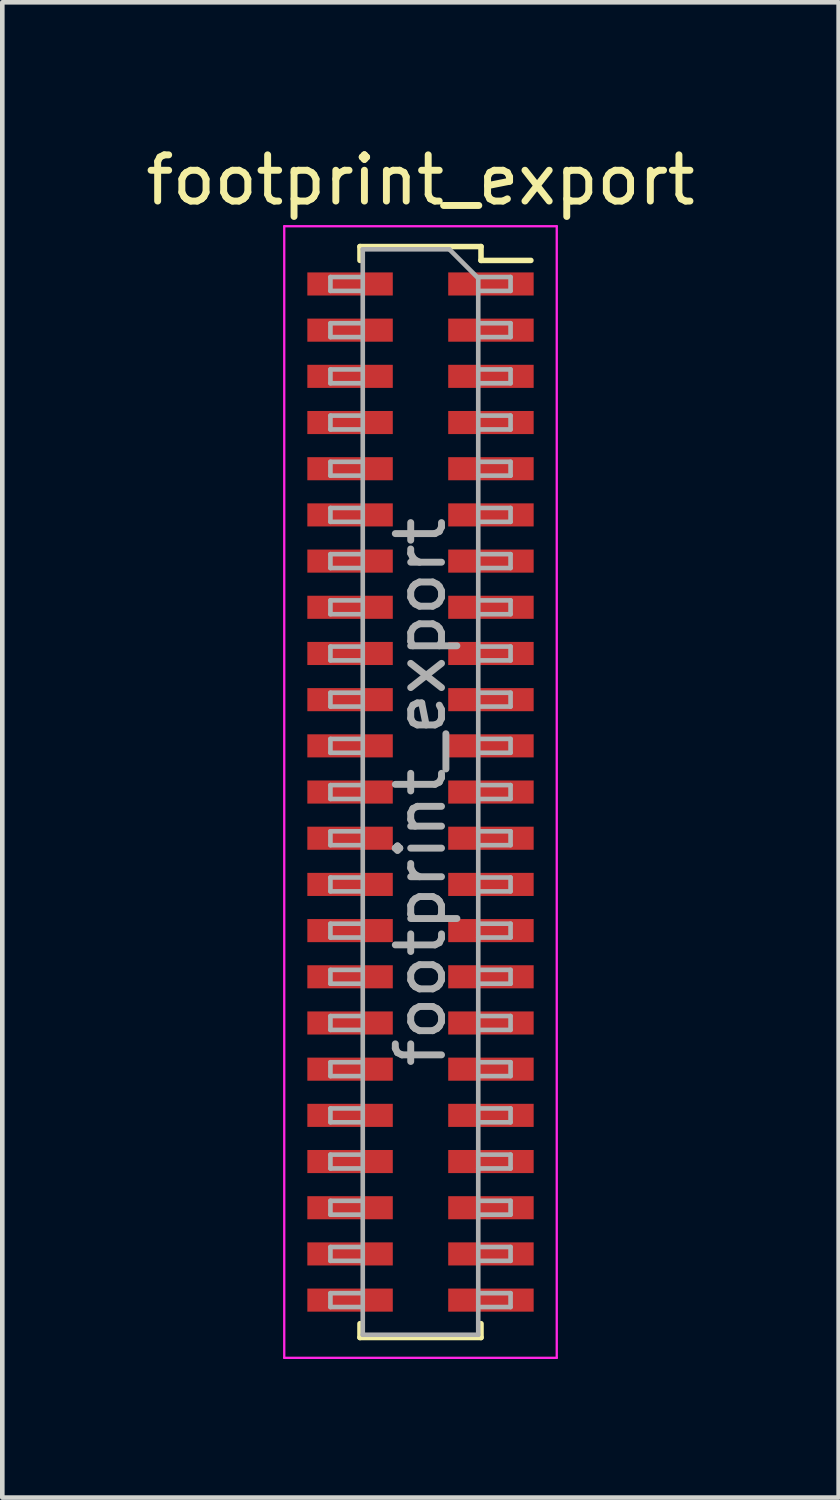
<source format=kicad_pcb>
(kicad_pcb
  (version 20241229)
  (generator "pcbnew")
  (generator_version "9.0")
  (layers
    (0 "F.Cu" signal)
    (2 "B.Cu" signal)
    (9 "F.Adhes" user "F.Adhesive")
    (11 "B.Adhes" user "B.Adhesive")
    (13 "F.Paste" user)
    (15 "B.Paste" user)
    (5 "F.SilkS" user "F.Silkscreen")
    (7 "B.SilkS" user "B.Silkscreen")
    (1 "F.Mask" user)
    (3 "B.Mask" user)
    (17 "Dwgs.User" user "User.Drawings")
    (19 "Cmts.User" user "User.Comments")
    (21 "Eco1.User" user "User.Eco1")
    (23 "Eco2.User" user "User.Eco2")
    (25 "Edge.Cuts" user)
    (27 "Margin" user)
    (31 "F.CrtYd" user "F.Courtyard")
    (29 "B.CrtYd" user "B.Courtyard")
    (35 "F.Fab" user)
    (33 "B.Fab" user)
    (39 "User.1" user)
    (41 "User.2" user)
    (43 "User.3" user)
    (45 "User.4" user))
  (footprint "footprint_export"
    (layer "F.Cu")
    (at 6.054 14.098)
    (property "Reference" "footprint_export" (at 0 -13.25 0) (layer "F.SilkS") (effects (font (size 1 1) (thickness 0.15))))
    (attr smd)
    (fp_line (start -1.31 -11.81) (end -1.31 -11.51) (stroke (width 0.12) (type solid)) (layer "F.SilkS"))
    (fp_line (start -1.31 -11.81) (end 1.31 -11.81) (stroke (width 0.12) (type solid)) (layer "F.SilkS"))
    (fp_line (start -1.31 11.51) (end -1.31 11.81) (stroke (width 0.12) (type solid)) (layer "F.SilkS"))
    (fp_line (start -1.31 11.81) (end 1.31 11.81) (stroke (width 0.12) (type solid)) (layer "F.SilkS"))
    (fp_line (start 1.31 -11.81) (end 1.31 -11.51) (stroke (width 0.12) (type solid)) (layer "F.SilkS"))
    (fp_line (start 1.31 -11.51) (end 2.39 -11.51) (stroke (width 0.12) (type solid)) (layer "F.SilkS"))
    (fp_line (start 1.31 11.51) (end 1.31 11.81) (stroke (width 0.12) (type solid)) (layer "F.SilkS"))
    (fp_line (start -2.95 -12.25) (end 2.95 -12.25) (stroke (width 0.05) (type solid)) (layer "F.CrtYd"))
    (fp_line (start -2.95 12.25) (end -2.95 -12.25) (stroke (width 0.05) (type solid)) (layer "F.CrtYd"))
    (fp_line (start 2.95 -12.25) (end 2.95 12.25) (stroke (width 0.05) (type solid)) (layer "F.CrtYd"))
    (fp_line (start 2.95 12.25) (end -2.95 12.25) (stroke (width 0.05) (type solid)) (layer "F.CrtYd"))
    (fp_line (start -1.95 -11.15) (end -1.25 -11.15) (stroke (width 0.1) (type solid)) (layer "F.Fab"))
    (fp_line (start -1.95 -10.85) (end -1.95 -11.15) (stroke (width 0.1) (type solid)) (layer "F.Fab"))
    (fp_line (start -1.95 -10.15) (end -1.25 -10.15) (stroke (width 0.1) (type solid)) (layer "F.Fab"))
    (fp_line (start -1.95 -9.85) (end -1.95 -10.15) (stroke (width 0.1) (type solid)) (layer "F.Fab"))
    (fp_line (start -1.95 -9.15) (end -1.25 -9.15) (stroke (width 0.1) (type solid)) (layer "F.Fab"))
    (fp_line (start -1.95 -8.85) (end -1.95 -9.15) (stroke (width 0.1) (type solid)) (layer "F.Fab"))
    (fp_line (start -1.95 -8.15) (end -1.25 -8.15) (stroke (width 0.1) (type solid)) (layer "F.Fab"))
    (fp_line (start -1.95 -7.85) (end -1.95 -8.15) (stroke (width 0.1) (type solid)) (layer "F.Fab"))
    (fp_line (start -1.95 -7.15) (end -1.25 -7.15) (stroke (width 0.1) (type solid)) (layer "F.Fab"))
    (fp_line (start -1.95 -6.85) (end -1.95 -7.15) (stroke (width 0.1) (type solid)) (layer "F.Fab"))
    (fp_line (start -1.95 -6.15) (end -1.25 -6.15) (stroke (width 0.1) (type solid)) (layer "F.Fab"))
    (fp_line (start -1.95 -5.85) (end -1.95 -6.15) (stroke (width 0.1) (type solid)) (layer "F.Fab"))
    (fp_line (start -1.95 -5.15) (end -1.25 -5.15) (stroke (width 0.1) (type solid)) (layer "F.Fab"))
    (fp_line (start -1.95 -4.85) (end -1.95 -5.15) (stroke (width 0.1) (type solid)) (layer "F.Fab"))
    (fp_line (start -1.95 -4.15) (end -1.25 -4.15) (stroke (width 0.1) (type solid)) (layer "F.Fab"))
    (fp_line (start -1.95 -3.85) (end -1.95 -4.15) (stroke (width 0.1) (type solid)) (layer "F.Fab"))
    (fp_line (start -1.95 -3.15) (end -1.25 -3.15) (stroke (width 0.1) (type solid)) (layer "F.Fab"))
    (fp_line (start -1.95 -2.85) (end -1.95 -3.15) (stroke (width 0.1) (type solid)) (layer "F.Fab"))
    (fp_line (start -1.95 -2.15) (end -1.25 -2.15) (stroke (width 0.1) (type solid)) (layer "F.Fab"))
    (fp_line (start -1.95 -1.85) (end -1.95 -2.15) (stroke (width 0.1) (type solid)) (layer "F.Fab"))
    (fp_line (start -1.95 -1.15) (end -1.25 -1.15) (stroke (width 0.1) (type solid)) (layer "F.Fab"))
    (fp_line (start -1.95 -0.85) (end -1.95 -1.15) (stroke (width 0.1) (type solid)) (layer "F.Fab"))
    (fp_line (start -1.95 -0.15) (end -1.25 -0.15) (stroke (width 0.1) (type solid)) (layer "F.Fab"))
    (fp_line (start -1.95 0.15) (end -1.95 -0.15) (stroke (width 0.1) (type solid)) (layer "F.Fab"))
    (fp_line (start -1.95 0.85) (end -1.25 0.85) (stroke (width 0.1) (type solid)) (layer "F.Fab"))
    (fp_line (start -1.95 1.15) (end -1.95 0.85) (stroke (width 0.1) (type solid)) (layer "F.Fab"))
    (fp_line (start -1.95 1.85) (end -1.25 1.85) (stroke (width 0.1) (type solid)) (layer "F.Fab"))
    (fp_line (start -1.95 2.15) (end -1.95 1.85) (stroke (width 0.1) (type solid)) (layer "F.Fab"))
    (fp_line (start -1.95 2.85) (end -1.25 2.85) (stroke (width 0.1) (type solid)) (layer "F.Fab"))
    (fp_line (start -1.95 3.15) (end -1.95 2.85) (stroke (width 0.1) (type solid)) (layer "F.Fab"))
    (fp_line (start -1.95 3.85) (end -1.25 3.85) (stroke (width 0.1) (type solid)) (layer "F.Fab"))
    (fp_line (start -1.95 4.15) (end -1.95 3.85) (stroke (width 0.1) (type solid)) (layer "F.Fab"))
    (fp_line (start -1.95 4.85) (end -1.25 4.85) (stroke (width 0.1) (type solid)) (layer "F.Fab"))
    (fp_line (start -1.95 5.15) (end -1.95 4.85) (stroke (width 0.1) (type solid)) (layer "F.Fab"))
    (fp_line (start -1.95 5.85) (end -1.25 5.85) (stroke (width 0.1) (type solid)) (layer "F.Fab"))
    (fp_line (start -1.95 6.15) (end -1.95 5.85) (stroke (width 0.1) (type solid)) (layer "F.Fab"))
    (fp_line (start -1.95 6.85) (end -1.25 6.85) (stroke (width 0.1) (type solid)) (layer "F.Fab"))
    (fp_line (start -1.95 7.15) (end -1.95 6.85) (stroke (width 0.1) (type solid)) (layer "F.Fab"))
    (fp_line (start -1.95 7.85) (end -1.25 7.85) (stroke (width 0.1) (type solid)) (layer "F.Fab"))
    (fp_line (start -1.95 8.15) (end -1.95 7.85) (stroke (width 0.1) (type solid)) (layer "F.Fab"))
    (fp_line (start -1.95 8.85) (end -1.25 8.85) (stroke (width 0.1) (type solid)) (layer "F.Fab"))
    (fp_line (start -1.95 9.15) (end -1.95 8.85) (stroke (width 0.1) (type solid)) (layer "F.Fab"))
    (fp_line (start -1.95 9.85) (end -1.25 9.85) (stroke (width 0.1) (type solid)) (layer "F.Fab"))
    (fp_line (start -1.95 10.15) (end -1.95 9.85) (stroke (width 0.1) (type solid)) (layer "F.Fab"))
    (fp_line (start -1.95 10.85) (end -1.25 10.85) (stroke (width 0.1) (type solid)) (layer "F.Fab"))
    (fp_line (start -1.95 11.15) (end -1.95 10.85) (stroke (width 0.1) (type solid)) (layer "F.Fab"))
    (fp_line (start -1.25 -11.75) (end 0.625 -11.75) (stroke (width 0.1) (type solid)) (layer "F.Fab"))
    (fp_line (start -1.25 -10.85) (end -1.95 -10.85) (stroke (width 0.1) (type solid)) (layer "F.Fab"))
    (fp_line (start -1.25 -9.85) (end -1.95 -9.85) (stroke (width 0.1) (type solid)) (layer "F.Fab"))
    (fp_line (start -1.25 -8.85) (end -1.95 -8.85) (stroke (width 0.1) (type solid)) (layer "F.Fab"))
    (fp_line (start -1.25 -7.85) (end -1.95 -7.85) (stroke (width 0.1) (type solid)) (layer "F.Fab"))
    (fp_line (start -1.25 -6.85) (end -1.95 -6.85) (stroke (width 0.1) (type solid)) (layer "F.Fab"))
    (fp_line (start -1.25 -5.85) (end -1.95 -5.85) (stroke (width 0.1) (type solid)) (layer "F.Fab"))
    (fp_line (start -1.25 -4.85) (end -1.95 -4.85) (stroke (width 0.1) (type solid)) (layer "F.Fab"))
    (fp_line (start -1.25 -3.85) (end -1.95 -3.85) (stroke (width 0.1) (type solid)) (layer "F.Fab"))
    (fp_line (start -1.25 -2.85) (end -1.95 -2.85) (stroke (width 0.1) (type solid)) (layer "F.Fab"))
    (fp_line (start -1.25 -1.85) (end -1.95 -1.85) (stroke (width 0.1) (type solid)) (layer "F.Fab"))
    (fp_line (start -1.25 -0.85) (end -1.95 -0.85) (stroke (width 0.1) (type solid)) (layer "F.Fab"))
    (fp_line (start -1.25 0.15) (end -1.95 0.15) (stroke (width 0.1) (type solid)) (layer "F.Fab"))
    (fp_line (start -1.25 1.15) (end -1.95 1.15) (stroke (width 0.1) (type solid)) (layer "F.Fab"))
    (fp_line (start -1.25 2.15) (end -1.95 2.15) (stroke (width 0.1) (type solid)) (layer "F.Fab"))
    (fp_line (start -1.25 3.15) (end -1.95 3.15) (stroke (width 0.1) (type solid)) (layer "F.Fab"))
    (fp_line (start -1.25 4.15) (end -1.95 4.15) (stroke (width 0.1) (type solid)) (layer "F.Fab"))
    (fp_line (start -1.25 5.15) (end -1.95 5.15) (stroke (width 0.1) (type solid)) (layer "F.Fab"))
    (fp_line (start -1.25 6.15) (end -1.95 6.15) (stroke (width 0.1) (type solid)) (layer "F.Fab"))
    (fp_line (start -1.25 7.15) (end -1.95 7.15) (stroke (width 0.1) (type solid)) (layer "F.Fab"))
    (fp_line (start -1.25 8.15) (end -1.95 8.15) (stroke (width 0.1) (type solid)) (layer "F.Fab"))
    (fp_line (start -1.25 9.15) (end -1.95 9.15) (stroke (width 0.1) (type solid)) (layer "F.Fab"))
    (fp_line (start -1.25 10.15) (end -1.95 10.15) (stroke (width 0.1) (type solid)) (layer "F.Fab"))
    (fp_line (start -1.25 11.15) (end -1.95 11.15) (stroke (width 0.1) (type solid)) (layer "F.Fab"))
    (fp_line (start -1.25 11.75) (end -1.25 -11.75) (stroke (width 0.1) (type solid)) (layer "F.Fab"))
    (fp_line (start 0.625 -11.75) (end 1.25 -11.125) (stroke (width 0.1) (type solid)) (layer "F.Fab"))
    (fp_line (start 1.25 -11.15) (end 1.95 -11.15) (stroke (width 0.1) (type solid)) (layer "F.Fab"))
    (fp_line (start 1.25 -11.125) (end 1.25 11.75) (stroke (width 0.1) (type solid)) (layer "F.Fab"))
    (fp_line (start 1.25 -10.15) (end 1.95 -10.15) (stroke (width 0.1) (type solid)) (layer "F.Fab"))
    (fp_line (start 1.25 -9.15) (end 1.95 -9.15) (stroke (width 0.1) (type solid)) (layer "F.Fab"))
    (fp_line (start 1.25 -8.15) (end 1.95 -8.15) (stroke (width 0.1) (type solid)) (layer "F.Fab"))
    (fp_line (start 1.25 -7.15) (end 1.95 -7.15) (stroke (width 0.1) (type solid)) (layer "F.Fab"))
    (fp_line (start 1.25 -6.15) (end 1.95 -6.15) (stroke (width 0.1) (type solid)) (layer "F.Fab"))
    (fp_line (start 1.25 -5.15) (end 1.95 -5.15) (stroke (width 0.1) (type solid)) (layer "F.Fab"))
    (fp_line (start 1.25 -4.15) (end 1.95 -4.15) (stroke (width 0.1) (type solid)) (layer "F.Fab"))
    (fp_line (start 1.25 -3.15) (end 1.95 -3.15) (stroke (width 0.1) (type solid)) (layer "F.Fab"))
    (fp_line (start 1.25 -2.15) (end 1.95 -2.15) (stroke (width 0.1) (type solid)) (layer "F.Fab"))
    (fp_line (start 1.25 -1.15) (end 1.95 -1.15) (stroke (width 0.1) (type solid)) (layer "F.Fab"))
    (fp_line (start 1.25 -0.15) (end 1.95 -0.15) (stroke (width 0.1) (type solid)) (layer "F.Fab"))
    (fp_line (start 1.25 0.85) (end 1.95 0.85) (stroke (width 0.1) (type solid)) (layer "F.Fab"))
    (fp_line (start 1.25 1.85) (end 1.95 1.85) (stroke (width 0.1) (type solid)) (layer "F.Fab"))
    (fp_line (start 1.25 2.85) (end 1.95 2.85) (stroke (width 0.1) (type solid)) (layer "F.Fab"))
    (fp_line (start 1.25 3.85) (end 1.95 3.85) (stroke (width 0.1) (type solid)) (layer "F.Fab"))
    (fp_line (start 1.25 4.85) (end 1.95 4.85) (stroke (width 0.1) (type solid)) (layer "F.Fab"))
    (fp_line (start 1.25 5.85) (end 1.95 5.85) (stroke (width 0.1) (type solid)) (layer "F.Fab"))
    (fp_line (start 1.25 6.85) (end 1.95 6.85) (stroke (width 0.1) (type solid)) (layer "F.Fab"))
    (fp_line (start 1.25 7.85) (end 1.95 7.85) (stroke (width 0.1) (type solid)) (layer "F.Fab"))
    (fp_line (start 1.25 8.85) (end 1.95 8.85) (stroke (width 0.1) (type solid)) (layer "F.Fab"))
    (fp_line (start 1.25 9.85) (end 1.95 9.85) (stroke (width 0.1) (type solid)) (layer "F.Fab"))
    (fp_line (start 1.25 10.85) (end 1.95 10.85) (stroke (width 0.1) (type solid)) (layer "F.Fab"))
    (fp_line (start 1.25 11.75) (end -1.25 11.75) (stroke (width 0.1) (type solid)) (layer "F.Fab"))
    (fp_line (start 1.95 -11.15) (end 1.95 -10.85) (stroke (width 0.1) (type solid)) (layer "F.Fab"))
    (fp_line (start 1.95 -10.85) (end 1.25 -10.85) (stroke (width 0.1) (type solid)) (layer "F.Fab"))
    (fp_line (start 1.95 -10.15) (end 1.95 -9.85) (stroke (width 0.1) (type solid)) (layer "F.Fab"))
    (fp_line (start 1.95 -9.85) (end 1.25 -9.85) (stroke (width 0.1) (type solid)) (layer "F.Fab"))
    (fp_line (start 1.95 -9.15) (end 1.95 -8.85) (stroke (width 0.1) (type solid)) (layer "F.Fab"))
    (fp_line (start 1.95 -8.85) (end 1.25 -8.85) (stroke (width 0.1) (type solid)) (layer "F.Fab"))
    (fp_line (start 1.95 -8.15) (end 1.95 -7.85) (stroke (width 0.1) (type solid)) (layer "F.Fab"))
    (fp_line (start 1.95 -7.85) (end 1.25 -7.85) (stroke (width 0.1) (type solid)) (layer "F.Fab"))
    (fp_line (start 1.95 -7.15) (end 1.95 -6.85) (stroke (width 0.1) (type solid)) (layer "F.Fab"))
    (fp_line (start 1.95 -6.85) (end 1.25 -6.85) (stroke (width 0.1) (type solid)) (layer "F.Fab"))
    (fp_line (start 1.95 -6.15) (end 1.95 -5.85) (stroke (width 0.1) (type solid)) (layer "F.Fab"))
    (fp_line (start 1.95 -5.85) (end 1.25 -5.85) (stroke (width 0.1) (type solid)) (layer "F.Fab"))
    (fp_line (start 1.95 -5.15) (end 1.95 -4.85) (stroke (width 0.1) (type solid)) (layer "F.Fab"))
    (fp_line (start 1.95 -4.85) (end 1.25 -4.85) (stroke (width 0.1) (type solid)) (layer "F.Fab"))
    (fp_line (start 1.95 -4.15) (end 1.95 -3.85) (stroke (width 0.1) (type solid)) (layer "F.Fab"))
    (fp_line (start 1.95 -3.85) (end 1.25 -3.85) (stroke (width 0.1) (type solid)) (layer "F.Fab"))
    (fp_line (start 1.95 -3.15) (end 1.95 -2.85) (stroke (width 0.1) (type solid)) (layer "F.Fab"))
    (fp_line (start 1.95 -2.85) (end 1.25 -2.85) (stroke (width 0.1) (type solid)) (layer "F.Fab"))
    (fp_line (start 1.95 -2.15) (end 1.95 -1.85) (stroke (width 0.1) (type solid)) (layer "F.Fab"))
    (fp_line (start 1.95 -1.85) (end 1.25 -1.85) (stroke (width 0.1) (type solid)) (layer "F.Fab"))
    (fp_line (start 1.95 -1.15) (end 1.95 -0.85) (stroke (width 0.1) (type solid)) (layer "F.Fab"))
    (fp_line (start 1.95 -0.85) (end 1.25 -0.85) (stroke (width 0.1) (type solid)) (layer "F.Fab"))
    (fp_line (start 1.95 -0.15) (end 1.95 0.15) (stroke (width 0.1) (type solid)) (layer "F.Fab"))
    (fp_line (start 1.95 0.15) (end 1.25 0.15) (stroke (width 0.1) (type solid)) (layer "F.Fab"))
    (fp_line (start 1.95 0.85) (end 1.95 1.15) (stroke (width 0.1) (type solid)) (layer "F.Fab"))
    (fp_line (start 1.95 1.15) (end 1.25 1.15) (stroke (width 0.1) (type solid)) (layer "F.Fab"))
    (fp_line (start 1.95 1.85) (end 1.95 2.15) (stroke (width 0.1) (type solid)) (layer "F.Fab"))
    (fp_line (start 1.95 2.15) (end 1.25 2.15) (stroke (width 0.1) (type solid)) (layer "F.Fab"))
    (fp_line (start 1.95 2.85) (end 1.95 3.15) (stroke (width 0.1) (type solid)) (layer "F.Fab"))
    (fp_line (start 1.95 3.15) (end 1.25 3.15) (stroke (width 0.1) (type solid)) (layer "F.Fab"))
    (fp_line (start 1.95 3.85) (end 1.95 4.15) (stroke (width 0.1) (type solid)) (layer "F.Fab"))
    (fp_line (start 1.95 4.15) (end 1.25 4.15) (stroke (width 0.1) (type solid)) (layer "F.Fab"))
    (fp_line (start 1.95 4.85) (end 1.95 5.15) (stroke (width 0.1) (type solid)) (layer "F.Fab"))
    (fp_line (start 1.95 5.15) (end 1.25 5.15) (stroke (width 0.1) (type solid)) (layer "F.Fab"))
    (fp_line (start 1.95 5.85) (end 1.95 6.15) (stroke (width 0.1) (type solid)) (layer "F.Fab"))
    (fp_line (start 1.95 6.15) (end 1.25 6.15) (stroke (width 0.1) (type solid)) (layer "F.Fab"))
    (fp_line (start 1.95 6.85) (end 1.95 7.15) (stroke (width 0.1) (type solid)) (layer "F.Fab"))
    (fp_line (start 1.95 7.15) (end 1.25 7.15) (stroke (width 0.1) (type solid)) (layer "F.Fab"))
    (fp_line (start 1.95 7.85) (end 1.95 8.15) (stroke (width 0.1) (type solid)) (layer "F.Fab"))
    (fp_line (start 1.95 8.15) (end 1.25 8.15) (stroke (width 0.1) (type solid)) (layer "F.Fab"))
    (fp_line (start 1.95 8.85) (end 1.95 9.15) (stroke (width 0.1) (type solid)) (layer "F.Fab"))
    (fp_line (start 1.95 9.15) (end 1.25 9.15) (stroke (width 0.1) (type solid)) (layer "F.Fab"))
    (fp_line (start 1.95 9.85) (end 1.95 10.15) (stroke (width 0.1) (type solid)) (layer "F.Fab"))
    (fp_line (start 1.95 10.15) (end 1.25 10.15) (stroke (width 0.1) (type solid)) (layer "F.Fab"))
    (fp_line (start 1.95 10.85) (end 1.95 11.15) (stroke (width 0.1) (type solid)) (layer "F.Fab"))
    (fp_line (start 1.95 11.15) (end 1.25 11.15) (stroke (width 0.1) (type solid)) (layer "F.Fab"))
    (fp_text user "${REFERENCE}" (at 0 0 90) (layer "F.Fab") (effects (font (size 1 1) (thickness 0.15))))
    (pad "1" smd rect (at 1.525 -11) (size 1.85 0.5) (layers "F.Cu" "F.Mask" "F.Paste"))
    (pad "2" smd rect (at -1.525 -11) (size 1.85 0.5) (layers "F.Cu" "F.Mask" "F.Paste"))
    (pad "3" smd rect (at 1.525 -10) (size 1.85 0.5) (layers "F.Cu" "F.Mask" "F.Paste"))
    (pad "4" smd rect (at -1.525 -10) (size 1.85 0.5) (layers "F.Cu" "F.Mask" "F.Paste"))
    (pad "5" smd rect (at 1.525 -9) (size 1.85 0.5) (layers "F.Cu" "F.Mask" "F.Paste"))
    (pad "6" smd rect (at -1.525 -9) (size 1.85 0.5) (layers "F.Cu" "F.Mask" "F.Paste"))
    (pad "7" smd rect (at 1.525 -8) (size 1.85 0.5) (layers "F.Cu" "F.Mask" "F.Paste"))
    (pad "8" smd rect (at -1.525 -8) (size 1.85 0.5) (layers "F.Cu" "F.Mask" "F.Paste"))
    (pad "9" smd rect (at 1.525 -7) (size 1.85 0.5) (layers "F.Cu" "F.Mask" "F.Paste"))
    (pad "10" smd rect (at -1.525 -7) (size 1.85 0.5) (layers "F.Cu" "F.Mask" "F.Paste"))
    (pad "11" smd rect (at 1.525 -6) (size 1.85 0.5) (layers "F.Cu" "F.Mask" "F.Paste"))
    (pad "12" smd rect (at -1.525 -6) (size 1.85 0.5) (layers "F.Cu" "F.Mask" "F.Paste"))
    (pad "13" smd rect (at 1.525 -5) (size 1.85 0.5) (layers "F.Cu" "F.Mask" "F.Paste"))
    (pad "14" smd rect (at -1.525 -5) (size 1.85 0.5) (layers "F.Cu" "F.Mask" "F.Paste"))
    (pad "15" smd rect (at 1.525 -4) (size 1.85 0.5) (layers "F.Cu" "F.Mask" "F.Paste"))
    (pad "16" smd rect (at -1.525 -4) (size 1.85 0.5) (layers "F.Cu" "F.Mask" "F.Paste"))
    (pad "17" smd rect (at 1.525 -3) (size 1.85 0.5) (layers "F.Cu" "F.Mask" "F.Paste"))
    (pad "18" smd rect (at -1.525 -3) (size 1.85 0.5) (layers "F.Cu" "F.Mask" "F.Paste"))
    (pad "19" smd rect (at 1.525 -2) (size 1.85 0.5) (layers "F.Cu" "F.Mask" "F.Paste"))
    (pad "20" smd rect (at -1.525 -2) (size 1.85 0.5) (layers "F.Cu" "F.Mask" "F.Paste"))
    (pad "21" smd rect (at 1.525 -1) (size 1.85 0.5) (layers "F.Cu" "F.Mask" "F.Paste"))
    (pad "22" smd rect (at -1.525 -1) (size 1.85 0.5) (layers "F.Cu" "F.Mask" "F.Paste"))
    (pad "23" smd rect (at 1.525 0) (size 1.85 0.5) (layers "F.Cu" "F.Mask" "F.Paste"))
    (pad "24" smd rect (at -1.525 0) (size 1.85 0.5) (layers "F.Cu" "F.Mask" "F.Paste"))
    (pad "25" smd rect (at 1.525 1) (size 1.85 0.5) (layers "F.Cu" "F.Mask" "F.Paste"))
    (pad "26" smd rect (at -1.525 1) (size 1.85 0.5) (layers "F.Cu" "F.Mask" "F.Paste"))
    (pad "27" smd rect (at 1.525 2) (size 1.85 0.5) (layers "F.Cu" "F.Mask" "F.Paste"))
    (pad "28" smd rect (at -1.525 2) (size 1.85 0.5) (layers "F.Cu" "F.Mask" "F.Paste"))
    (pad "29" smd rect (at 1.525 3) (size 1.85 0.5) (layers "F.Cu" "F.Mask" "F.Paste"))
    (pad "30" smd rect (at -1.525 3) (size 1.85 0.5) (layers "F.Cu" "F.Mask" "F.Paste"))
    (pad "31" smd rect (at 1.525 4) (size 1.85 0.5) (layers "F.Cu" "F.Mask" "F.Paste"))
    (pad "32" smd rect (at -1.525 4) (size 1.85 0.5) (layers "F.Cu" "F.Mask" "F.Paste"))
    (pad "33" smd rect (at 1.525 5) (size 1.85 0.5) (layers "F.Cu" "F.Mask" "F.Paste"))
    (pad "34" smd rect (at -1.525 5) (size 1.85 0.5) (layers "F.Cu" "F.Mask" "F.Paste"))
    (pad "35" smd rect (at 1.525 6) (size 1.85 0.5) (layers "F.Cu" "F.Mask" "F.Paste"))
    (pad "36" smd rect (at -1.525 6) (size 1.85 0.5) (layers "F.Cu" "F.Mask" "F.Paste"))
    (pad "37" smd rect (at 1.525 7) (size 1.85 0.5) (layers "F.Cu" "F.Mask" "F.Paste"))
    (pad "38" smd rect (at -1.525 7) (size 1.85 0.5) (layers "F.Cu" "F.Mask" "F.Paste"))
    (pad "39" smd rect (at 1.525 8) (size 1.85 0.5) (layers "F.Cu" "F.Mask" "F.Paste"))
    (pad "40" smd rect (at -1.525 8) (size 1.85 0.5) (layers "F.Cu" "F.Mask" "F.Paste"))
    (pad "41" smd rect (at 1.525 9) (size 1.85 0.5) (layers "F.Cu" "F.Mask" "F.Paste"))
    (pad "42" smd rect (at -1.525 9) (size 1.85 0.5) (layers "F.Cu" "F.Mask" "F.Paste"))
    (pad "43" smd rect (at 1.525 10) (size 1.85 0.5) (layers "F.Cu" "F.Mask" "F.Paste"))
    (pad "44" smd rect (at -1.525 10) (size 1.85 0.5) (layers "F.Cu" "F.Mask" "F.Paste"))
    (pad "45" smd rect (at 1.525 11) (size 1.85 0.5) (layers "F.Cu" "F.Mask" "F.Paste"))
    (pad "46" smd rect (at -1.525 11) (size 1.85 0.5) (layers "F.Cu" "F.Mask" "F.Paste")))
  (gr_rect
    (start -3 -3)
    (end 15.107 29.373)
    (stroke (width 0.1) (type default))
    (fill no)
    (layer "Edge.Cuts")))
</source>
